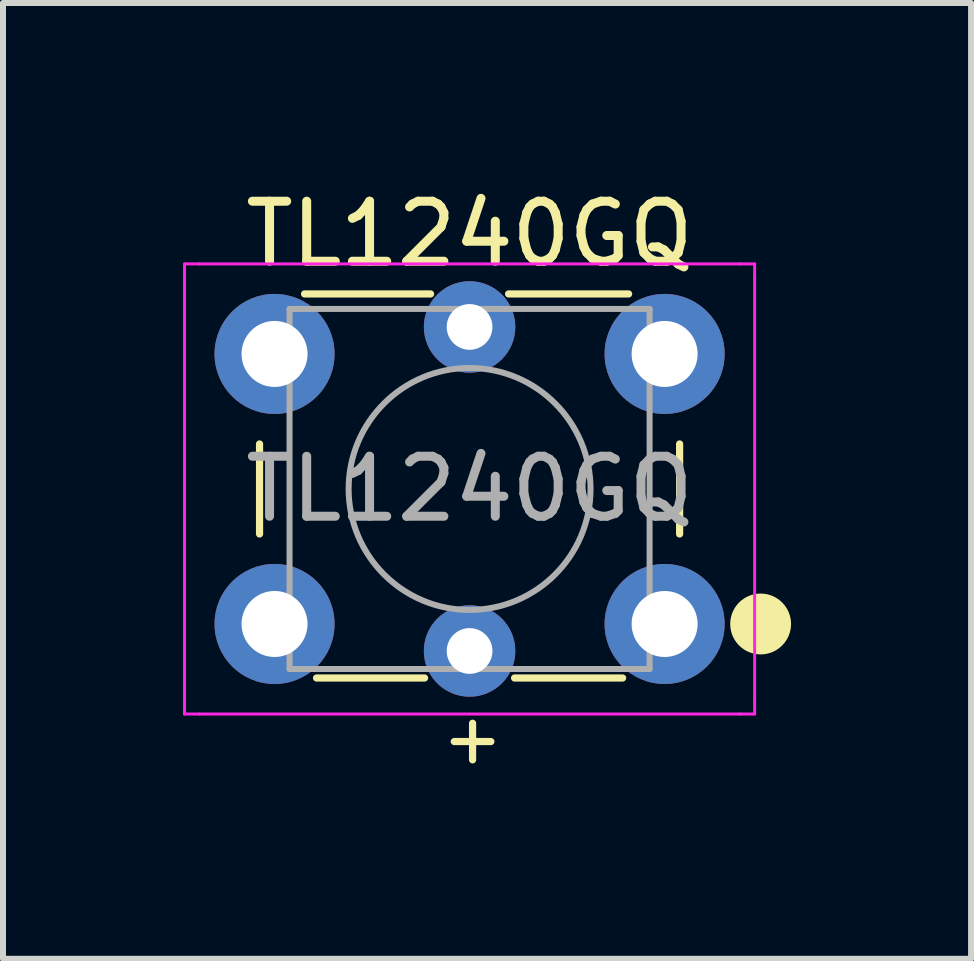
<source format=kicad_pcb>
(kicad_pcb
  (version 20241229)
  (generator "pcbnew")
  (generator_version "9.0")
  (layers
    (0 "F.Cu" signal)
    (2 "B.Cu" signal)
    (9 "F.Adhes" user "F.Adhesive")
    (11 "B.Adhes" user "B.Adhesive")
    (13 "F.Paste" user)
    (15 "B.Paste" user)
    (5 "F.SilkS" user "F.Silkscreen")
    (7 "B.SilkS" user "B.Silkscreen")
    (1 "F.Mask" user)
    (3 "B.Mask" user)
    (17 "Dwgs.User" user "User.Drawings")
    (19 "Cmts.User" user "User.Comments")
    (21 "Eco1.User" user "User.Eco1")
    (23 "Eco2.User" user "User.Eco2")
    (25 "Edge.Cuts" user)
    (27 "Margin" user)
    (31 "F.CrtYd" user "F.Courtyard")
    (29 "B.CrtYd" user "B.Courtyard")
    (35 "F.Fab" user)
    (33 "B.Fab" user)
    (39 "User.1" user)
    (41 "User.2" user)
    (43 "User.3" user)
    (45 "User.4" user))
  (footprint "TL1240GQ"
    (layer "F.Cu")
    (at 1.525 2.848)
    (property "Reference" "TL1240GQ" (at 3.25 -2 0) (layer "F.SilkS") (effects (font (size 1 1) (thickness 0.15))))
    (attr through_hole)
    (fp_line (start -0.25 1.5) (end -0.25 3) (stroke (width 0.12) (type solid)) (layer "F.SilkS"))
    (fp_line (start 0.7 5.4) (end 2.5 5.4) (stroke (width 0.12) (type solid)) (layer "F.SilkS"))
    (fp_line (start 2.6 -1) (end 0.5 -1) (stroke (width 0.12) (type solid)) (layer "F.SilkS"))
    (fp_line (start 4 5.4) (end 5.8 5.4) (stroke (width 0.12) (type solid)) (layer "F.SilkS"))
    (fp_line (start 5.9 -1) (end 3.9 -1) (stroke (width 0.12) (type solid)) (layer "F.SilkS"))
    (fp_line (start 6.75 3) (end 6.75 1.5) (stroke (width 0.12) (type solid)) (layer "F.SilkS"))
    (fp_circle (center 8.1 4.5) (end 8.547 4.5) (stroke (width 0.12) (type solid)) (fill no) (layer "F.SilkS"))
    (fp_poly (pts (xy 8.1 4.053) (xy 8.3 4.1) (xy 8.4 4.2) (xy 8.5 4.3) (xy 8.547 4.5) (xy 8.5 4.7) (xy 8.3 4.9) (xy 8.1 4.947) (xy 7.9 4.9) (xy 7.7 4.7) (xy 7.653 4.5) (xy 7.7 4.3) (xy 7.9 4.1)) (stroke (width 0.1) (type solid)) (fill yes) (layer "F.SilkS"))
    (fp_line (start -1.5 -1.5) (end -1.25 -1.5) (stroke (width 0.05) (type solid)) (layer "F.CrtYd"))
    (fp_line (start -1.5 -1.25) (end -1.5 -1.5) (stroke (width 0.05) (type solid)) (layer "F.CrtYd"))
    (fp_line (start -1.5 5.75) (end -1.5 -1.25) (stroke (width 0.05) (type solid)) (layer "F.CrtYd"))
    (fp_line (start -1.5 5.75) (end -1.5 6) (stroke (width 0.05) (type solid)) (layer "F.CrtYd"))
    (fp_line (start -1.5 6) (end -1.25 6) (stroke (width 0.05) (type solid)) (layer "F.CrtYd"))
    (fp_line (start -1.25 -1.5) (end 7.75 -1.5) (stroke (width 0.05) (type solid)) (layer "F.CrtYd"))
    (fp_line (start 7.75 -1.5) (end 8 -1.5) (stroke (width 0.05) (type solid)) (layer "F.CrtYd"))
    (fp_line (start 7.75 6) (end -1.25 6) (stroke (width 0.05) (type solid)) (layer "F.CrtYd"))
    (fp_line (start 7.75 6) (end 8 6) (stroke (width 0.05) (type solid)) (layer "F.CrtYd"))
    (fp_line (start 8 -1.5) (end 8 -1.25) (stroke (width 0.05) (type solid)) (layer "F.CrtYd"))
    (fp_line (start 8 -1.25) (end 8 5.75) (stroke (width 0.05) (type solid)) (layer "F.CrtYd"))
    (fp_line (start 8 6) (end 8 5.75) (stroke (width 0.05) (type solid)) (layer "F.CrtYd"))
    (fp_line (start 0.25 -0.75) (end 3.25 -0.75) (stroke (width 0.1) (type solid)) (layer "F.Fab"))
    (fp_line (start 0.25 5.25) (end 0.25 -0.75) (stroke (width 0.1) (type solid)) (layer "F.Fab"))
    (fp_line (start 3.25 -0.75) (end 6.25 -0.75) (stroke (width 0.1) (type solid)) (layer "F.Fab"))
    (fp_line (start 6.25 -0.75) (end 6.25 5.25) (stroke (width 0.1) (type solid)) (layer "F.Fab"))
    (fp_line (start 6.25 5.25) (end 0.25 5.25) (stroke (width 0.1) (type solid)) (layer "F.Fab"))
    (fp_circle (center 3.25 2.25) (end 1.25 2.5) (stroke (width 0.1) (type solid)) (fill no) (layer "F.Fab"))
    (fp_text user "+" (at 3.3 6.4 0) (layer "F.SilkS") (effects (font (size 0.8 0.8) (thickness 0.12))))
    (fp_text user "${REFERENCE}" (at 3.25 2.25 0) (layer "F.Fab") (effects (font (size 1 1) (thickness 0.15))))
    (pad "1" thru_hole circle (at 0 4.5 90) (size 2 2) (drill 1.1) (layers "*.Cu" "*.Mask"))
    (pad "1" thru_hole circle (at 6.5 4.5 90) (size 2 2) (drill 1.1) (layers "*.Cu" "*.Mask"))
    (pad "2" thru_hole circle (at 0 0 90) (size 2 2) (drill 1.1) (layers "*.Cu" "*.Mask"))
    (pad "2" thru_hole circle (at 6.5 0 90) (size 2 2) (drill 1.1) (layers "*.Cu" "*.Mask"))
    (pad "5" thru_hole circle (at 3.25 4.95) (size 1.524 1.524) (drill 0.762) (layers "*.Cu" "*.Mask"))
    (pad "6" thru_hole circle (at 3.25 -0.45) (size 1.524 1.524) (drill 0.762) (layers "*.Cu" "*.Mask")))
  (gr_rect
    (start -3 -3)
    (end 13.132 12.927)
    (stroke (width 0.1) (type default))
    (fill no)
    (layer "Edge.Cuts")))
</source>
